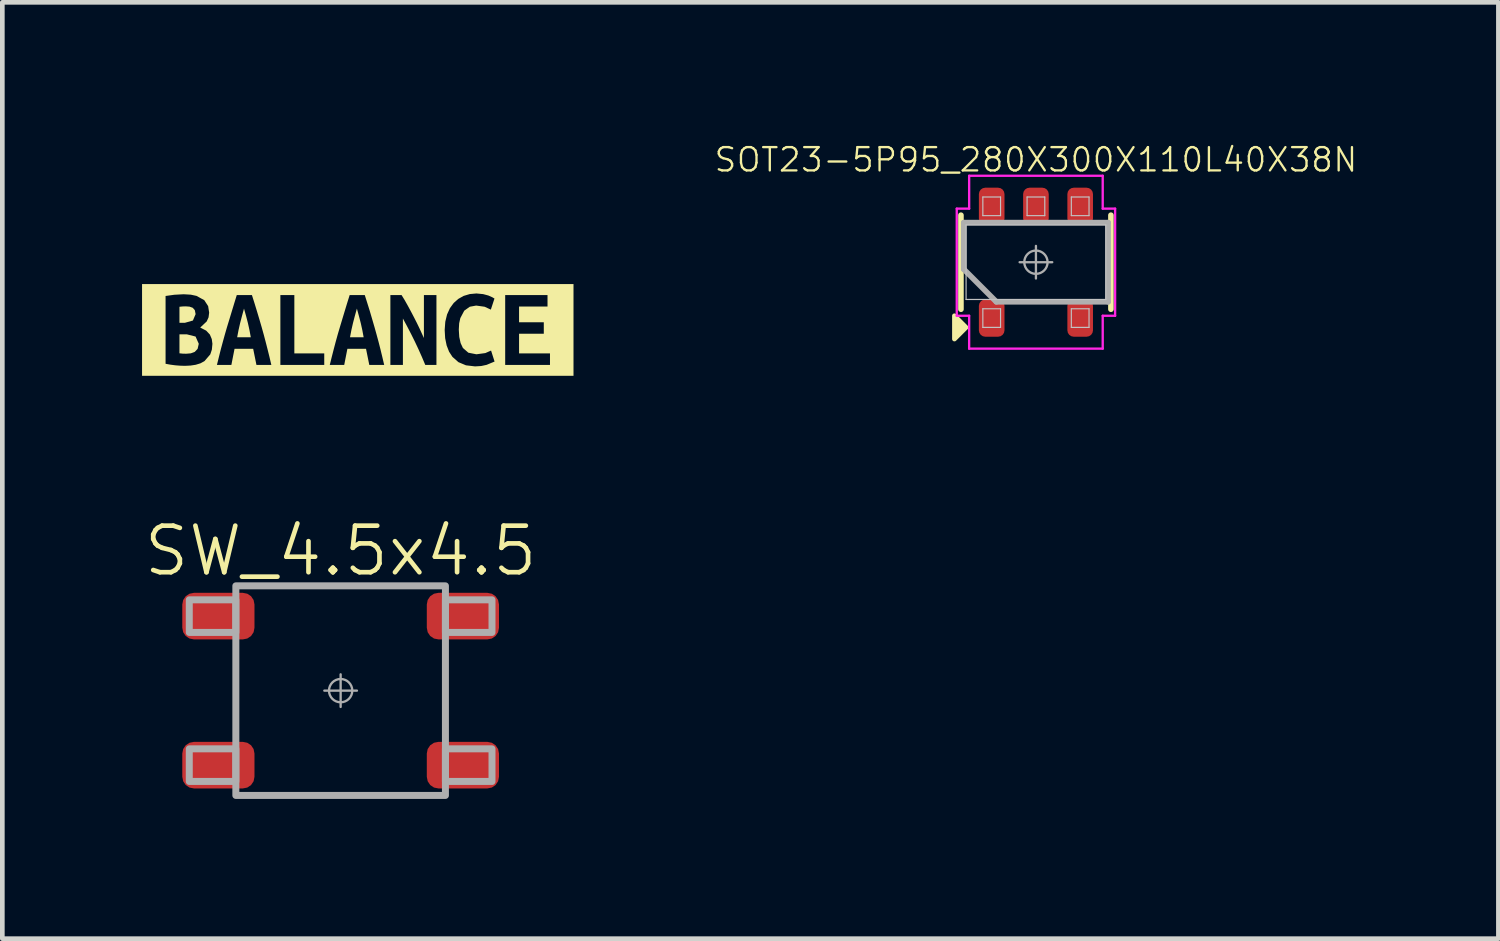
<source format=kicad_pcb>
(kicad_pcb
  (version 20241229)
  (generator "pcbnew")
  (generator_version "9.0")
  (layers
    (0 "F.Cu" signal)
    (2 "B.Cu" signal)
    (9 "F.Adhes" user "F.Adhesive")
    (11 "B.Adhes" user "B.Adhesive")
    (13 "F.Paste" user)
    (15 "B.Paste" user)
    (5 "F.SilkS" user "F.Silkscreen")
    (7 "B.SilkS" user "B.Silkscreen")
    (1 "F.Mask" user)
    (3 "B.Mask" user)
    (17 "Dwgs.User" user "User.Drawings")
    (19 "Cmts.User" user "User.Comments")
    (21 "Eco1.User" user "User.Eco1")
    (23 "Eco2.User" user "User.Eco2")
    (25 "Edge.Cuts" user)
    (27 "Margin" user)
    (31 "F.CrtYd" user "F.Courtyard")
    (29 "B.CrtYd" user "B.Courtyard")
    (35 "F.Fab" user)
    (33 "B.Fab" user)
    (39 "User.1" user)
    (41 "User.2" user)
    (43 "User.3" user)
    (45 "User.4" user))
  (footprint "kibuzzard-67280F1F"
    (layer "F.Cu")
    (at 4.632 4.034)
    (property "Reference" "kibuzzard-67280F1F" (at 0 -4.033 0) (layer "F.SilkS") (effects (font (size 0.001 0.001) (thickness 0.15))))
    (attr board_only exclude_from_pos_files exclude_from_bom)
    (fp_poly (pts (xy -2.443 -0.458) (xy -2.487 -0.297) (xy -2.526 -0.147) (xy -2.56 0.002) (xy -2.59 0.158) (xy -2.297 0.158) (xy -2.326 0.002) (xy -2.359 -0.147) (xy -2.398 -0.297) (xy -2.443 -0.458)) (stroke (width 0) (type solid)) (fill yes) (layer "F.SilkS"))
    (fp_poly (pts (xy -0.019 -0.458) (xy -0.064 -0.297) (xy -0.103 -0.147) (xy -0.137 0.002) (xy -0.167 0.158) (xy 0.126 0.158) (xy 0.097 0.002) (xy 0.064 -0.147) (xy 0.025 -0.297) (xy -0.019 -0.458)) (stroke (width 0) (type solid)) (fill yes) (layer "F.SilkS"))
    (fp_poly (pts (xy -3.829 0.095) (xy -3.829 0.502) (xy -3.76 0.509) (xy -3.686 0.511) (xy -3.586 0.503) (xy -3.5 0.471) (xy -3.439 0.406) (xy -3.414 0.298) (xy -3.483 0.142) (xy -3.669 0.095) (xy -3.829 0.095)) (stroke (width 0) (type solid)) (fill yes) (layer "F.SilkS"))
    (fp_poly (pts (xy -3.712 -0.153) (xy -3.54 -0.202) (xy -3.482 -0.339) (xy -3.499 -0.425) (xy -3.545 -0.476) (xy -3.613 -0.5) (xy -3.693 -0.506) (xy -3.763 -0.504) (xy -3.829 -0.497) (xy -3.829 -0.153) (xy -3.712 -0.153)) (stroke (width 0) (type solid)) (fill yes) (layer "F.SilkS"))
    (fp_poly (pts (xy -4.127 -0.985) (xy -4.632 -0.985) (xy -4.632 0.985) (xy -4.127 0.985) (xy -3.71 0.985) (xy -3.71 0.771) (xy -3.811 0.768) (xy -3.916 0.76) (xy -4.022 0.746) (xy -4.127 0.727) (xy -4.127 -0.729) (xy -3.94 -0.755) (xy -3.739 -0.766) (xy -3.585 -0.757) (xy -3.463 -0.731) (xy -3.296 -0.639) (xy -3.213 -0.511) (xy -3.191 -0.371) (xy -3.204 -0.27) (xy -3.244 -0.182) (xy -3.383 -0.051) (xy -3.255 0.015) (xy -3.176 0.099) (xy -3.135 0.196) (xy -3.121 0.298) (xy -3.133 0.423) (xy -3.167 0.525) (xy -3.292 0.67) (xy -3.378 0.717) (xy -3.479 0.748) (xy -3.59 0.765) (xy -3.71 0.771) (xy -3.71 0.985) (xy -2.176 0.985) (xy -2.176 0.751) (xy -2.246 0.405) (xy -2.646 0.405) (xy -2.714 0.751) (xy -3.024 0.751) (xy -2.981 0.577) (xy -2.939 0.409) (xy -2.895 0.247) (xy -2.852 0.092) (xy -2.809 -0.057) (xy -2.754 -0.237) (xy -2.701 -0.412) (xy -2.649 -0.583) (xy -2.598 -0.749) (xy -2.273 -0.749) (xy -2.22 -0.582) (xy -2.167 -0.409) (xy -2.114 -0.232) (xy -2.061 -0.05) (xy -2.019 0.101) (xy -1.978 0.256) (xy -1.937 0.416) (xy -1.896 0.581) (xy -1.856 0.751) (xy -2.176 0.751) (xy -2.176 0.985) (xy -0.72 0.985) (xy -0.72 0.751) (xy -1.662 0.751) (xy -1.662 -0.749) (xy -1.362 -0.749) (xy -1.362 0.504) (xy -0.72 0.504) (xy -0.72 0.751) (xy -0.72 0.985) (xy 0.247 0.985) (xy 0.247 0.751) (xy 0.177 0.405) (xy -0.223 0.405) (xy -0.291 0.751) (xy -0.601 0.751) (xy -0.558 0.577) (xy -0.515 0.409) (xy -0.472 0.247) (xy -0.429 0.092) (xy -0.385 -0.057) (xy -0.331 -0.237) (xy -0.278 -0.412) (xy -0.226 -0.583) (xy -0.174 -0.749) (xy 0.15 -0.749) (xy 0.203 -0.582) (xy 0.257 -0.409) (xy 0.309 -0.232) (xy 0.362 -0.05) (xy 0.404 0.101) (xy 0.446 0.256) (xy 0.487 0.416) (xy 0.527 0.581) (xy 0.567 0.751) (xy 0.247 0.751) (xy 0.247 0.985) (xy 1.449 0.985) (xy 1.449 0.751) (xy 1.379 0.585) (xy 1.305 0.419) (xy 1.227 0.253) (xy 1.145 0.088) (xy 1.059 -0.078) (xy 0.969 -0.245) (xy 0.969 0.751) (xy 0.7 0.751) (xy 0.7 -0.749) (xy 0.94 -0.749) (xy 1.008 -0.638) (xy 1.076 -0.517) (xy 1.143 -0.393) (xy 1.208 -0.269) (xy 1.27 -0.147) (xy 1.327 -0.029) (xy 1.377 0.08) (xy 1.42 0.174) (xy 1.42 -0.749) (xy 1.689 -0.749) (xy 1.689 0.751) (xy 1.449 0.751) (xy 1.449 0.985) (xy 2.518 0.985) (xy 2.518 0.783) (xy 2.323 0.76) (xy 2.161 0.692) (xy 2.033 0.579) (xy 1.96 0.467) (xy 1.908 0.333) (xy 1.876 0.177) (xy 1.866 0) (xy 1.879 -0.176) (xy 1.917 -0.332) (xy 1.978 -0.466) (xy 2.059 -0.578) (xy 2.158 -0.666) (xy 2.274 -0.731) (xy 2.405 -0.77) (xy 2.547 -0.783) (xy 2.691 -0.769) (xy 2.804 -0.739) (xy 2.885 -0.703) (xy 2.935 -0.674) (xy 2.857 -0.436) (xy 2.723 -0.498) (xy 2.542 -0.523) (xy 2.405 -0.498) (xy 2.286 -0.413) (xy 2.202 -0.254) (xy 2.177 -0.143) (xy 2.169 -0.007) (xy 2.179 0.151) (xy 2.208 0.282) (xy 2.257 0.387) (xy 2.374 0.489) (xy 2.547 0.523) (xy 2.739 0.497) (xy 2.862 0.443) (xy 2.937 0.679) (xy 2.766 0.75) (xy 2.65 0.775) (xy 2.518 0.783) (xy 2.518 0.985) (xy 3.165 0.985) (xy 3.165 0.751) (xy 3.165 -0.749) (xy 4.074 -0.749) (xy 4.074 -0.502) (xy 3.463 -0.502) (xy 3.463 -0.165) (xy 3.994 -0.165) (xy 3.994 0.082) (xy 3.463 0.082) (xy 3.463 0.504) (xy 4.127 0.504) (xy 4.127 0.751) (xy 3.165 0.751) (xy 3.165 0.985) (xy 4.127 0.985) (xy 4.632 0.985) (xy 4.632 -0.985) (xy 4.127 -0.985) (xy -4.127 -0.985)) (stroke (width 0) (type solid)) (fill yes) (layer "F.SilkS")))
  (footprint "SOT23-5P95_280X300X110L40X38N"
    (layer "F.Cu")
    (at 19.193 2.58)
    (property "Reference" "SOT23-5P95_280X300X110L40X38N" (at 0 -2.2 0) (layer "F.SilkS") (effects (font (size 0.5 0.5) (thickness 0.05))))
    (attr smd)
    (fp_line (start -1.61 1.01) (end -1.61 -1.01) (stroke (width 0.12) (type solid)) (layer "F.SilkS"))
    (fp_line (start 1.61 -1.01) (end 1.61 1.01) (stroke (width 0.12) (type solid)) (layer "F.SilkS"))
    (fp_poly (pts (xy -1.5 1.4) (xy -1.75 1.65) (xy -1.75 1.15)) (stroke (width 0.1) (type solid)) (fill yes) (layer "F.SilkS"))
    (fp_line (start -1.5 -0.8) (end 1.5 -0.8) (stroke (width 0.025) (type solid)) (layer "Dwgs.User"))
    (fp_line (start -1.5 0.8) (end -1.5 -0.8) (stroke (width 0.025) (type solid)) (layer "Dwgs.User"))
    (fp_line (start -1.14 -1.4) (end -0.76 -1.4) (stroke (width 0.025) (type solid)) (layer "Dwgs.User"))
    (fp_line (start -1.14 -1) (end -1.14 -1.4) (stroke (width 0.025) (type solid)) (layer "Dwgs.User"))
    (fp_line (start -1.14 1) (end -0.76 1) (stroke (width 0.025) (type solid)) (layer "Dwgs.User"))
    (fp_line (start -1.14 1.4) (end -1.14 1) (stroke (width 0.025) (type solid)) (layer "Dwgs.User"))
    (fp_line (start -0.76 -1.4) (end -0.76 -1) (stroke (width 0.025) (type solid)) (layer "Dwgs.User"))
    (fp_line (start -0.76 -1) (end -1.14 -1) (stroke (width 0.025) (type solid)) (layer "Dwgs.User"))
    (fp_line (start -0.76 1) (end -0.76 1.4) (stroke (width 0.025) (type solid)) (layer "Dwgs.User"))
    (fp_line (start -0.76 1.4) (end -1.14 1.4) (stroke (width 0.025) (type solid)) (layer "Dwgs.User"))
    (fp_line (start -0.19 -1.4) (end 0.19 -1.4) (stroke (width 0.025) (type solid)) (layer "Dwgs.User"))
    (fp_line (start -0.19 -1) (end -0.19 -1.4) (stroke (width 0.025) (type solid)) (layer "Dwgs.User"))
    (fp_line (start 0.19 -1.4) (end 0.19 -1) (stroke (width 0.025) (type solid)) (layer "Dwgs.User"))
    (fp_line (start 0.19 -1) (end -0.19 -1) (stroke (width 0.025) (type solid)) (layer "Dwgs.User"))
    (fp_line (start 0.76 -1.4) (end 1.14 -1.4) (stroke (width 0.025) (type solid)) (layer "Dwgs.User"))
    (fp_line (start 0.76 -1) (end 0.76 -1.4) (stroke (width 0.025) (type solid)) (layer "Dwgs.User"))
    (fp_line (start 0.76 1) (end 1.14 1) (stroke (width 0.025) (type solid)) (layer "Dwgs.User"))
    (fp_line (start 0.76 1.4) (end 0.76 1) (stroke (width 0.025) (type solid)) (layer "Dwgs.User"))
    (fp_line (start 1.14 -1.4) (end 1.14 -1) (stroke (width 0.025) (type solid)) (layer "Dwgs.User"))
    (fp_line (start 1.14 -1) (end 0.76 -1) (stroke (width 0.025) (type solid)) (layer "Dwgs.User"))
    (fp_line (start 1.14 1) (end 1.14 1.4) (stroke (width 0.025) (type solid)) (layer "Dwgs.User"))
    (fp_line (start 1.14 1.4) (end 0.76 1.4) (stroke (width 0.025) (type solid)) (layer "Dwgs.User"))
    (fp_line (start 1.5 -0.8) (end 1.5 0.8) (stroke (width 0.025) (type solid)) (layer "Dwgs.User"))
    (fp_line (start 1.5 0.8) (end -1.5 0.8) (stroke (width 0.025) (type solid)) (layer "Dwgs.User"))
    (fp_line (start -1.7 -1.15) (end -1.7 1.15) (stroke (width 0.05) (type solid)) (layer "F.CrtYd"))
    (fp_line (start -1.7 1.15) (end -1.434 1.15) (stroke (width 0.05) (type solid)) (layer "F.CrtYd"))
    (fp_line (start -1.434 -1.856) (end -1.434 -1.15) (stroke (width 0.05) (type solid)) (layer "F.CrtYd"))
    (fp_line (start -1.434 -1.15) (end -1.7 -1.15) (stroke (width 0.05) (type solid)) (layer "F.CrtYd"))
    (fp_line (start -1.434 1.15) (end -1.434 1.856) (stroke (width 0.05) (type solid)) (layer "F.CrtYd"))
    (fp_line (start -1.434 1.856) (end 1.434 1.856) (stroke (width 0.05) (type solid)) (layer "F.CrtYd"))
    (fp_line (start 1.434 -1.856) (end -1.434 -1.856) (stroke (width 0.05) (type solid)) (layer "F.CrtYd"))
    (fp_line (start 1.434 -1.15) (end 1.434 -1.856) (stroke (width 0.05) (type solid)) (layer "F.CrtYd"))
    (fp_line (start 1.434 1.15) (end 1.7 1.15) (stroke (width 0.05) (type solid)) (layer "F.CrtYd"))
    (fp_line (start 1.434 1.856) (end 1.434 1.15) (stroke (width 0.05) (type solid)) (layer "F.CrtYd"))
    (fp_line (start 1.7 -1.15) (end 1.434 -1.15) (stroke (width 0.05) (type solid)) (layer "F.CrtYd"))
    (fp_line (start 1.7 1.15) (end 1.7 -1.15) (stroke (width 0.05) (type solid)) (layer "F.CrtYd"))
    (fp_line (start -1.55 -0.85) (end 1.55 -0.85) (stroke (width 0.12) (type solid)) (layer "F.Fab"))
    (fp_line (start -1.55 0.15) (end -1.55 -0.85) (stroke (width 0.12) (type solid)) (layer "F.Fab"))
    (fp_line (start -0.85 0.85) (end -1.55 0.15) (stroke (width 0.12) (type solid)) (layer "F.Fab"))
    (fp_line (start -0.35 0) (end 0.35 0) (stroke (width 0.05) (type solid)) (layer "F.Fab"))
    (fp_line (start 0 -0.35) (end 0 0.35) (stroke (width 0.05) (type solid)) (layer "F.Fab"))
    (fp_line (start 1.55 -0.85) (end 1.55 0.85) (stroke (width 0.12) (type solid)) (layer "F.Fab"))
    (fp_line (start 1.55 0.85) (end -0.85 0.85) (stroke (width 0.12) (type solid)) (layer "F.Fab"))
    (fp_circle (center 0 0) (end 0.25 0) (stroke (width 0.05) (type solid)) (fill no) (layer "F.Fab"))
    (pad "1" smd roundrect (at -0.95 1.2 90) (size 0.8 0.55) (layers "F.Cu" "F.Mask" "F.Paste") (roundrect_rratio 0.25))
    (pad "2" smd roundrect (at 0.95 1.2 90) (size 0.8 0.55) (layers "F.Cu" "F.Mask" "F.Paste") (roundrect_rratio 0.25))
    (pad "3" smd roundrect (at 0.95 -1.2 90) (size 0.8 0.55) (layers "F.Cu" "F.Mask" "F.Paste") (roundrect_rratio 0.25))
    (pad "4" smd roundrect (at 0 -1.2 90) (size 0.8 0.55) (layers "F.Cu" "F.Mask" "F.Paste") (roundrect_rratio 0.25))
    (pad "5" smd roundrect (at -0.95 -1.2 90) (size 0.8 0.55) (layers "F.Cu" "F.Mask" "F.Paste") (roundrect_rratio 0.25)))
  (footprint "SW_4.5x4.5"
    (layer "F.Cu")
    (at 4.264 11.779)
    (property "Reference" "SW_4.5x4.5" (at 0 -3 0) (unlocked yes) (layer "F.SilkS") (effects (font (size 1 1) (thickness 0.1))))
    (attr smd)
    (fp_line (start -0.35 0) (end 0.35 0) (stroke (width 0.05) (type solid)) (layer "F.Fab"))
    (fp_line (start 0 -0.35) (end 0 0.35) (stroke (width 0.05) (type solid)) (layer "F.Fab"))
    (fp_rect (start -3.25 -1.95) (end -2.25 -1.25) (stroke (width 0.15) (type default)) (fill no) (layer "F.Fab"))
    (fp_rect (start -3.25 1.25) (end -2.25 1.95) (stroke (width 0.15) (type default)) (fill no) (layer "F.Fab"))
    (fp_rect (start -2.25 -2.25) (end 2.25 2.25) (stroke (width 0.15) (type default)) (fill no) (layer "F.Fab"))
    (fp_rect (start 2.25 -1.95) (end 3.25 -1.25) (stroke (width 0.15) (type default)) (fill no) (layer "F.Fab"))
    (fp_rect (start 2.25 1.25) (end 3.25 1.95) (stroke (width 0.15) (type default)) (fill no) (layer "F.Fab"))
    (fp_circle (center 0 0) (end 0.25 0) (stroke (width 0.05) (type solid)) (fill no) (layer "F.Fab"))
    (pad "1" smd roundrect (at -2.625 -1.6) (size 1.55 1) (layers "F.Cu" "F.Mask" "F.Paste") (roundrect_rratio 0.25))
    (pad "2" smd roundrect (at 2.625 -1.6) (size 1.55 1) (layers "F.Cu" "F.Mask" "F.Paste") (roundrect_rratio 0.25))
    (pad "3" smd roundrect (at -2.625 1.6) (size 1.55 1) (layers "F.Cu" "F.Mask" "F.Paste") (roundrect_rratio 0.25))
    (pad "4" smd roundrect (at 2.625 1.6) (size 1.55 1) (layers "F.Cu" "F.Mask" "F.Paste") (roundrect_rratio 0.25)))
  (gr_rect
    (start -3 -3)
    (end 29.123 17.104)
    (stroke (width 0.1) (type default))
    (fill no)
    (layer "Edge.Cuts")))
</source>
